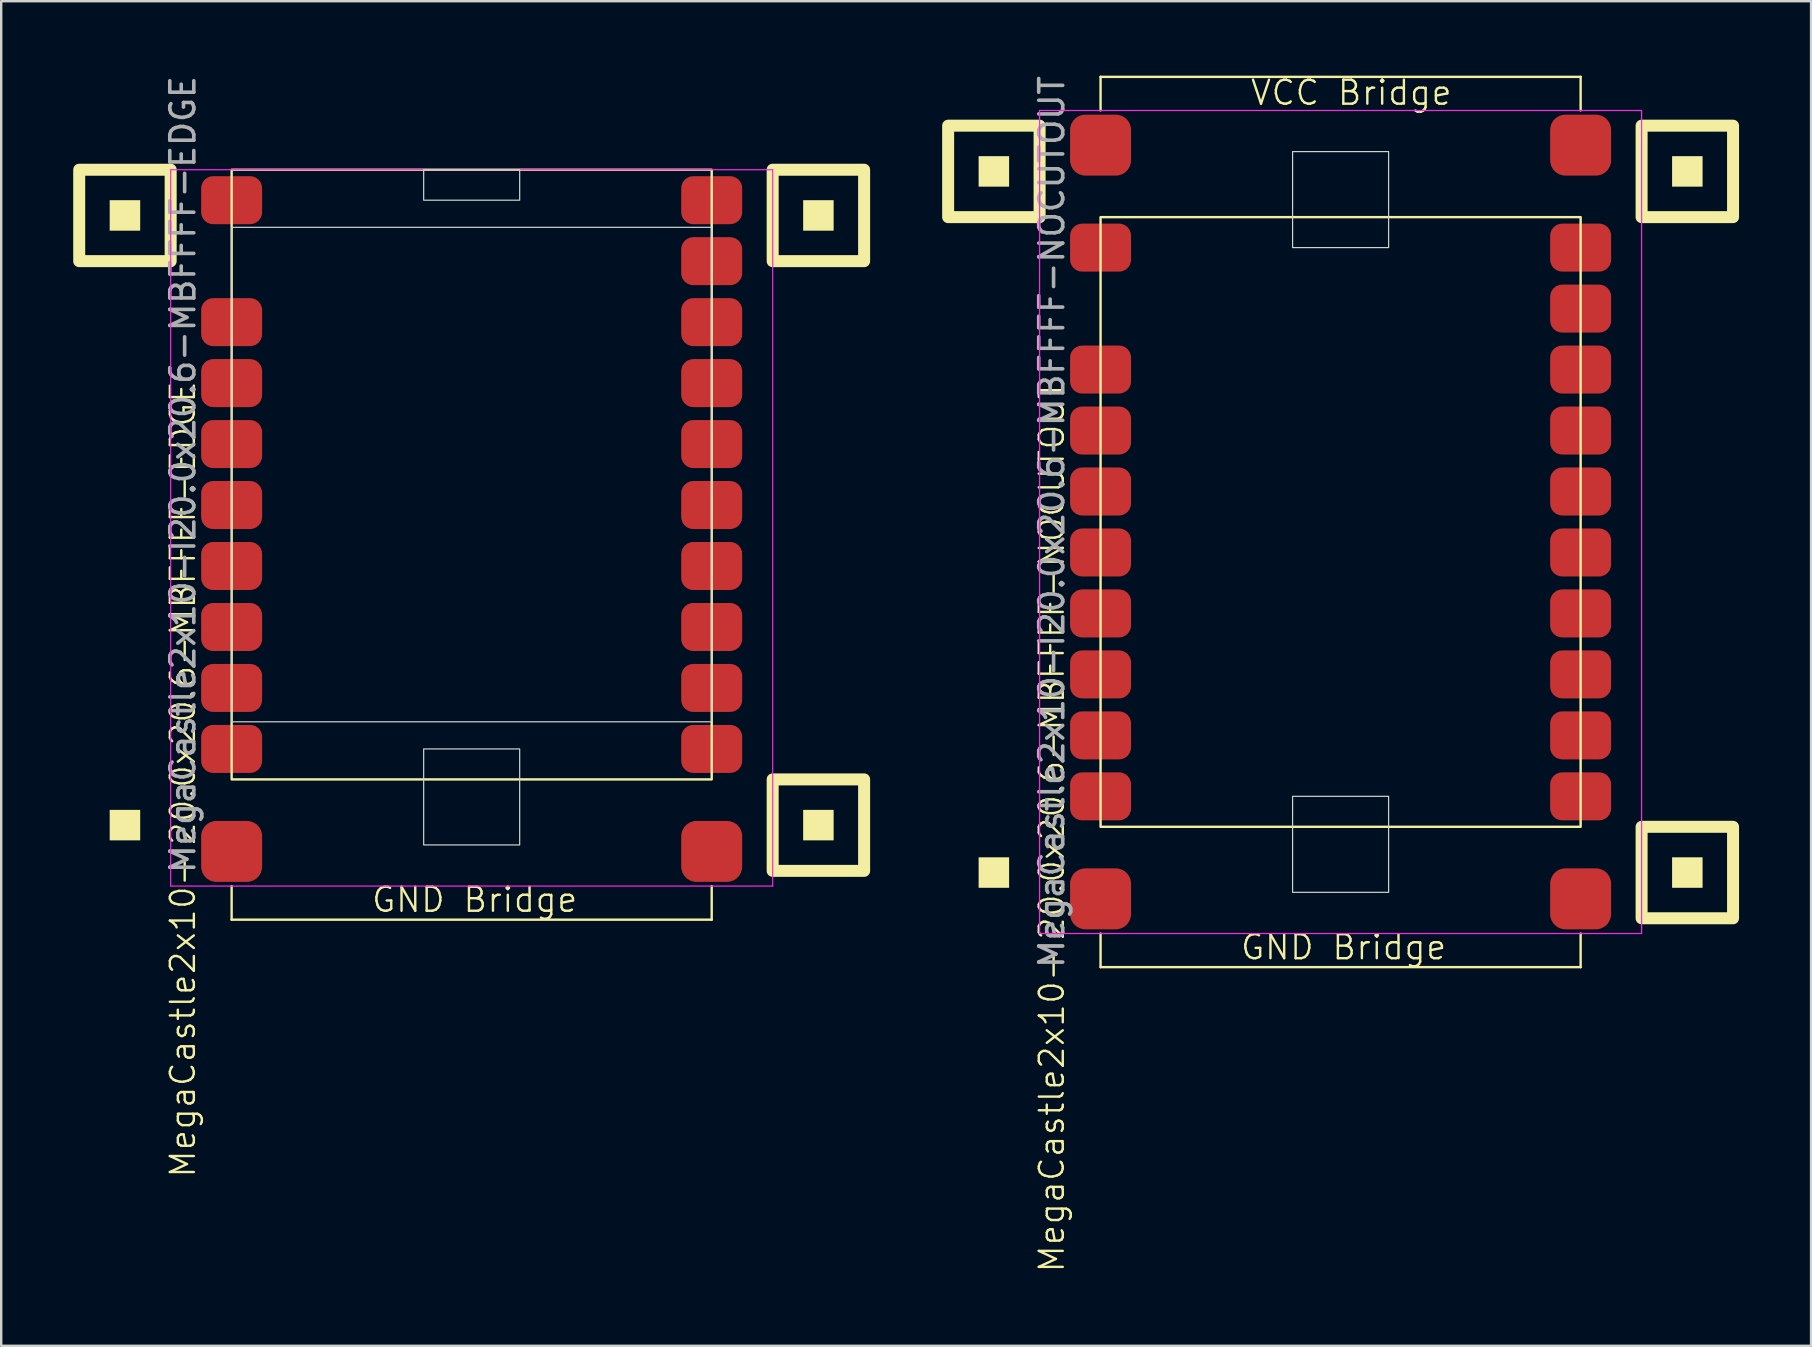
<source format=kicad_pcb>
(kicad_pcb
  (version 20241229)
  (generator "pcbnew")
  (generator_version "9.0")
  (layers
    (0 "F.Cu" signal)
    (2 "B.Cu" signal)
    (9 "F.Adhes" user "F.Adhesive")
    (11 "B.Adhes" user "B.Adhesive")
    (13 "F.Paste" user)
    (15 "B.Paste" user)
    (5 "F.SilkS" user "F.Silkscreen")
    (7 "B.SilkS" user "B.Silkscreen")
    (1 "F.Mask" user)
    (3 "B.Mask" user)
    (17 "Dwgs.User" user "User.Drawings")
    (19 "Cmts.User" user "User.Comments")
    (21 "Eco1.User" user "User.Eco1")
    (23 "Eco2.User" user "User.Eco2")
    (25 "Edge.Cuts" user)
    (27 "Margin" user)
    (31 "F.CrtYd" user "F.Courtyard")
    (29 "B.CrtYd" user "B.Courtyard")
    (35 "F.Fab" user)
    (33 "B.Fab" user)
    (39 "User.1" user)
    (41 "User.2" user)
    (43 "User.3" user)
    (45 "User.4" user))
  (footprint "MegaCastle2x10-I20.0x20.6-MBFFFF-NOCUTOUT"
    (layer "F.Cu")
    (at 52.8 18.696)
    (property "Reference" "MegaCastle2x10-I20.0x20.6-MBFFFF-NOCUTOUT" (at -12.032 12.7 90) (unlocked yes) (layer "F.SilkS") (effects (font (size 1 1) (thickness 0.1))))
    (attr smd)
    (fp_line (start -10 -18.545) (end 10 -18.545) (stroke (width 0.1) (type default)) (layer "F.SilkS"))
    (fp_line (start -10 -17.145) (end -10 -18.545) (stroke (width 0.1) (type default)) (layer "F.SilkS"))
    (fp_line (start -10 17.145) (end -10 18.545) (stroke (width 0.1) (type default)) (layer "F.SilkS"))
    (fp_line (start -10 18.545) (end 10 18.545) (stroke (width 0.1) (type default)) (layer "F.SilkS"))
    (fp_line (start 10 -17.145) (end 10 -18.545) (stroke (width 0.1) (type default)) (layer "F.SilkS"))
    (fp_line (start 10 17.145) (end 10 18.545) (stroke (width 0.1) (type default)) (layer "F.SilkS"))
    (fp_rect (start -13.81 -13.97) (end -15.08 -15.24) (stroke (width 0) (type solid)) (fill yes) (layer "F.SilkS"))
    (fp_rect (start -13.81 15.24) (end -15.08 13.97) (stroke (width 0) (type solid)) (fill yes) (layer "F.SilkS"))
    (fp_rect (start -12.54 -12.7) (end -16.35 -16.51) (stroke (width 0.5) (type default)) (fill no) (layer "F.SilkS"))
    (fp_rect (start -10 -12.7) (end 10 12.7) (stroke (width 0.1) (type default)) (fill no) (layer "F.SilkS"))
    (fp_rect (start 15.08 -13.97) (end 13.81 -15.24) (stroke (width 0) (type solid)) (fill yes) (layer "F.SilkS"))
    (fp_rect (start 15.08 15.24) (end 13.81 13.97) (stroke (width 0) (type solid)) (fill yes) (layer "F.SilkS"))
    (fp_rect (start 16.35 -12.7) (end 12.54 -16.51) (stroke (width 0.5) (type default)) (fill no) (layer "F.SilkS"))
    (fp_rect (start 16.35 16.51) (end 12.54 12.7) (stroke (width 0.5) (type default)) (fill no) (layer "F.SilkS"))
    (fp_rect (start -2 -11.43) (end 2 -15.43) (stroke (width 0.05) (type default)) (fill no) (layer "Edge.Cuts"))
    (fp_rect (start -2 11.43) (end 2 15.43) (stroke (width 0.05) (type default)) (fill no) (layer "Edge.Cuts"))
    (fp_line (start -12.54 -17.145) (end -12.54 17.145) (stroke (width 0.05) (type default)) (layer "F.CrtYd"))
    (fp_line (start -12.54 17.145) (end 12.54 17.145) (stroke (width 0.05) (type default)) (layer "F.CrtYd"))
    (fp_line (start 12.54 -17.145) (end -12.54 -17.145) (stroke (width 0.05) (type default)) (layer "F.CrtYd"))
    (fp_line (start 12.54 -17.145) (end 12.54 17.145) (stroke (width 0.05) (type default)) (layer "F.CrtYd"))
    (fp_text user "GND Bridge" (at -4.226 18.3 0) (unlocked yes) (layer "F.SilkS") (effects (font (size 1 1) (thickness 0.1)) (justify left bottom)))
    (fp_text user "VCC Bridge" (at -3.81 -17.3 0) (unlocked yes) (layer "F.SilkS") (effects (font (size 1 1) (thickness 0.1)) (justify left bottom)))
    (fp_text user "${REFERENCE}" (at -12.032 0 90) (unlocked yes) (layer "F.Fab") (effects (font (size 1 1) (thickness 0.15))))
    (pad "1" smd roundrect (at -10 -11.43) (size 2.54 2) (layers "F.Cu" "F.Mask" "F.Paste") (roundrect_rratio 0.25))
    (pad "3" smd roundrect (at -10 -6.35) (size 2.54 2) (layers "F.Cu" "F.Mask" "F.Paste") (roundrect_rratio 0.25))
    (pad "4" smd roundrect (at -10 -3.81) (size 2.54 2) (layers "F.Cu" "F.Mask" "F.Paste") (roundrect_rratio 0.25))
    (pad "5" smd roundrect (at -10 -1.27) (size 2.54 2) (layers "F.Cu" "F.Mask" "F.Paste") (roundrect_rratio 0.25))
    (pad "6" smd roundrect (at -10 1.27) (size 2.54 2) (layers "F.Cu" "F.Mask" "F.Paste") (roundrect_rratio 0.25))
    (pad "7" smd roundrect (at -10 3.81) (size 2.54 2) (layers "F.Cu" "F.Mask" "F.Paste") (roundrect_rratio 0.25))
    (pad "8" smd roundrect (at -10 6.35) (size 2.54 2) (layers "F.Cu" "F.Mask" "F.Paste") (roundrect_rratio 0.25))
    (pad "9" smd roundrect (at -10 8.89) (size 2.54 2) (layers "F.Cu" "F.Mask" "F.Paste") (roundrect_rratio 0.25))
    (pad "10" smd roundrect (at -10 11.43) (size 2.54 2) (layers "F.Cu" "F.Mask" "F.Paste") (roundrect_rratio 0.25))
    (pad "11" smd roundrect (at 10 -11.43) (size 2.54 2) (layers "F.Cu" "F.Mask" "F.Paste") (roundrect_rratio 0.25))
    (pad "12" smd roundrect (at 10 -8.89) (size 2.54 2) (layers "F.Cu" "F.Mask" "F.Paste") (roundrect_rratio 0.25))
    (pad "13" smd roundrect (at 10 -6.35) (size 2.54 2) (layers "F.Cu" "F.Mask" "F.Paste") (roundrect_rratio 0.25))
    (pad "14" smd roundrect (at 10 -3.81) (size 2.54 2) (layers "F.Cu" "F.Mask" "F.Paste") (roundrect_rratio 0.25))
    (pad "15" smd roundrect (at 10 -1.27) (size 2.54 2) (layers "F.Cu" "F.Mask" "F.Paste") (roundrect_rratio 0.25))
    (pad "16" smd roundrect (at 10 1.27) (size 2.54 2) (layers "F.Cu" "F.Mask" "F.Paste") (roundrect_rratio 0.25))
    (pad "17" smd roundrect (at 10 3.81) (size 2.54 2) (layers "F.Cu" "F.Mask" "F.Paste") (roundrect_rratio 0.25))
    (pad "18" smd roundrect (at 10 6.35) (size 2.54 2) (layers "F.Cu" "F.Mask" "F.Paste") (roundrect_rratio 0.25))
    (pad "19" smd roundrect (at 10 8.89) (size 2.54 2) (layers "F.Cu" "F.Mask" "F.Paste") (roundrect_rratio 0.25))
    (pad "20" smd roundrect (at 10 11.43) (size 2.54 2) (layers "F.Cu" "F.Mask" "F.Paste") (roundrect_rratio 0.25))
    (pad "A1" smd roundrect (at -10 -15.7) (size 2.54 2.54) (layers "F.Cu" "F.Mask" "F.Paste") (roundrect_rratio 0.25))
    (pad "A2" smd roundrect (at 10 -15.7) (size 2.54 2.54) (layers "F.Cu" "F.Mask" "F.Paste") (roundrect_rratio 0.25))
    (pad "B1" smd roundrect (at -10 15.7) (size 2.54 2.54) (layers "F.Cu" "F.Mask" "F.Paste") (roundrect_rratio 0.25))
    (pad "B2" smd roundrect (at 10 15.7) (size 2.54 2.54) (layers "F.Cu" "F.Mask" "F.Paste") (roundrect_rratio 0.25)))
  (footprint "MegaCastle2x10-I20.0x20.6-MBFFFF-EDGE"
    (layer "F.Cu")
    (at 16.6 16.72)
    (property "Reference" "MegaCastle2x10-I20.0x20.6-MBFFFF-EDGE" (at -12.032 12.7 90) (unlocked yes) (layer "F.SilkS") (effects (font (size 1 1) (thickness 0.1))))
    (attr smd)
    (fp_line (start -10 17.145) (end -10 18.545) (stroke (width 0.1) (type default)) (layer "F.SilkS"))
    (fp_line (start -10 18.545) (end 10 18.545) (stroke (width 0.1) (type default)) (layer "F.SilkS"))
    (fp_line (start 10 17.145) (end 10 18.545) (stroke (width 0.1) (type default)) (layer "F.SilkS"))
    (fp_rect (start -13.81 -10.16) (end -15.08 -11.43) (stroke (width 0) (type solid)) (fill yes) (layer "F.SilkS"))
    (fp_rect (start -13.81 15.24) (end -15.08 13.97) (stroke (width 0) (type solid)) (fill yes) (layer "F.SilkS"))
    (fp_rect (start -12.54 -8.89) (end -16.35 -12.7) (stroke (width 0.5) (type default)) (fill no) (layer "F.SilkS"))
    (fp_rect (start -10 -12.7) (end 10 12.7) (stroke (width 0.1) (type default)) (fill no) (layer "F.SilkS"))
    (fp_rect (start 15.08 -10.16) (end 13.81 -11.43) (stroke (width 0) (type solid)) (fill yes) (layer "F.SilkS"))
    (fp_rect (start 15.08 15.24) (end 13.81 13.97) (stroke (width 0) (type solid)) (fill yes) (layer "F.SilkS"))
    (fp_rect (start 16.35 -8.89) (end 12.54 -12.7) (stroke (width 0.5) (type default)) (fill no) (layer "F.SilkS"))
    (fp_rect (start 16.35 16.51) (end 12.54 12.7) (stroke (width 0.5) (type default)) (fill no) (layer "F.SilkS"))
    (fp_rect (start -10 -10.3) (end 10 10.3) (stroke (width 0.05) (type default)) (fill no) (layer "Edge.Cuts"))
    (fp_rect (start -2 -11.43) (end 2 -12.7) (stroke (width 0.05) (type default)) (fill no) (layer "Edge.Cuts"))
    (fp_rect (start -2 11.43) (end 2 15.43) (stroke (width 0.05) (type default)) (fill no) (layer "Edge.Cuts"))
    (fp_line (start -12.54 -12.7) (end -12.54 17.145) (stroke (width 0.05) (type default)) (layer "F.CrtYd"))
    (fp_line (start -12.54 17.145) (end 12.54 17.145) (stroke (width 0.05) (type default)) (layer "F.CrtYd"))
    (fp_line (start 12.54 -12.7) (end -12.54 -12.7) (stroke (width 0.05) (type default)) (layer "F.CrtYd"))
    (fp_line (start 12.54 -12.7) (end 12.54 17.145) (stroke (width 0.05) (type default)) (layer "F.CrtYd"))
    (fp_text user "GND Bridge" (at -4.226 18.3 0) (unlocked yes) (layer "F.SilkS") (effects (font (size 1 1) (thickness 0.1)) (justify left bottom)))
    (fp_text user "${REFERENCE}" (at -12.032 0 90) (unlocked yes) (layer "F.Fab") (effects (font (size 1 1) (thickness 0.15))))
    (pad "1" smd roundrect (at -10 -11.43) (size 2.54 2) (layers "F.Cu" "F.Mask" "F.Paste") (roundrect_rratio 0.25))
    (pad "3" smd roundrect (at -10 -6.35) (size 2.54 2) (layers "F.Cu" "F.Mask" "F.Paste") (roundrect_rratio 0.25))
    (pad "4" smd roundrect (at -10 -3.81) (size 2.54 2) (layers "F.Cu" "F.Mask" "F.Paste") (roundrect_rratio 0.25))
    (pad "5" smd roundrect (at -10 -1.27) (size 2.54 2) (layers "F.Cu" "F.Mask" "F.Paste") (roundrect_rratio 0.25))
    (pad "6" smd roundrect (at -10 1.27) (size 2.54 2) (layers "F.Cu" "F.Mask" "F.Paste") (roundrect_rratio 0.25))
    (pad "7" smd roundrect (at -10 3.81) (size 2.54 2) (layers "F.Cu" "F.Mask" "F.Paste") (roundrect_rratio 0.25))
    (pad "8" smd roundrect (at -10 6.35) (size 2.54 2) (layers "F.Cu" "F.Mask" "F.Paste") (roundrect_rratio 0.25))
    (pad "9" smd roundrect (at -10 8.89) (size 2.54 2) (layers "F.Cu" "F.Mask" "F.Paste") (roundrect_rratio 0.25))
    (pad "10" smd roundrect (at -10 11.43) (size 2.54 2) (layers "F.Cu" "F.Mask" "F.Paste") (roundrect_rratio 0.25))
    (pad "11" smd roundrect (at 10 -11.43) (size 2.54 2) (layers "F.Cu" "F.Mask" "F.Paste") (roundrect_rratio 0.25))
    (pad "12" smd roundrect (at 10 -8.89) (size 2.54 2) (layers "F.Cu" "F.Mask" "F.Paste") (roundrect_rratio 0.25))
    (pad "13" smd roundrect (at 10 -6.35) (size 2.54 2) (layers "F.Cu" "F.Mask" "F.Paste") (roundrect_rratio 0.25))
    (pad "14" smd roundrect (at 10 -3.81) (size 2.54 2) (layers "F.Cu" "F.Mask" "F.Paste") (roundrect_rratio 0.25))
    (pad "15" smd roundrect (at 10 -1.27) (size 2.54 2) (layers "F.Cu" "F.Mask" "F.Paste") (roundrect_rratio 0.25))
    (pad "16" smd roundrect (at 10 1.27) (size 2.54 2) (layers "F.Cu" "F.Mask" "F.Paste") (roundrect_rratio 0.25))
    (pad "17" smd roundrect (at 10 3.81) (size 2.54 2) (layers "F.Cu" "F.Mask" "F.Paste") (roundrect_rratio 0.25))
    (pad "18" smd roundrect (at 10 6.35) (size 2.54 2) (layers "F.Cu" "F.Mask" "F.Paste") (roundrect_rratio 0.25))
    (pad "19" smd roundrect (at 10 8.89) (size 2.54 2) (layers "F.Cu" "F.Mask" "F.Paste") (roundrect_rratio 0.25))
    (pad "20" smd roundrect (at 10 11.43) (size 2.54 2) (layers "F.Cu" "F.Mask" "F.Paste") (roundrect_rratio 0.25))
    (pad "B1" smd roundrect (at -10 15.7) (size 2.54 2.54) (layers "F.Cu" "F.Mask" "F.Paste") (roundrect_rratio 0.25))
    (pad "B2" smd roundrect (at 10 15.7) (size 2.54 2.54) (layers "F.Cu" "F.Mask" "F.Paste") (roundrect_rratio 0.25)))
  (gr_rect
    (start -3 -3)
    (end 72.4 53.018)
    (stroke (width 0.1) (type default))
    (fill no)
    (layer "Edge.Cuts")))
</source>
